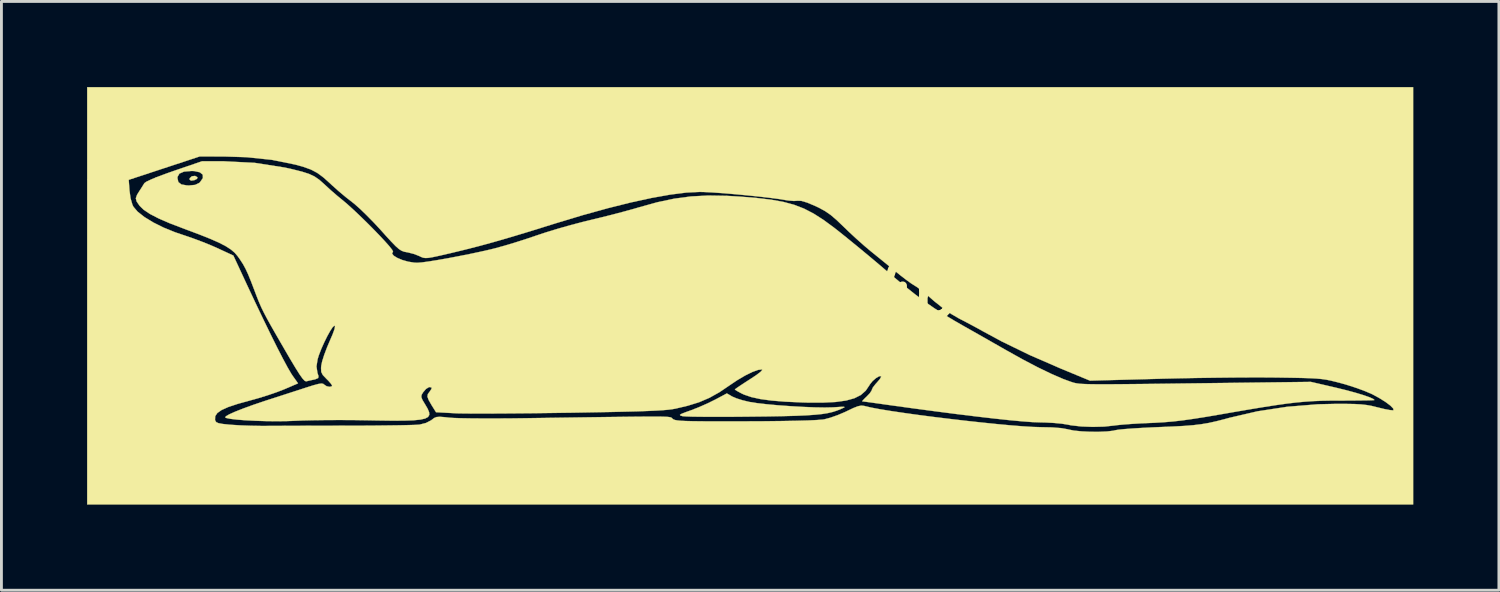
<source format=kicad_pcb>
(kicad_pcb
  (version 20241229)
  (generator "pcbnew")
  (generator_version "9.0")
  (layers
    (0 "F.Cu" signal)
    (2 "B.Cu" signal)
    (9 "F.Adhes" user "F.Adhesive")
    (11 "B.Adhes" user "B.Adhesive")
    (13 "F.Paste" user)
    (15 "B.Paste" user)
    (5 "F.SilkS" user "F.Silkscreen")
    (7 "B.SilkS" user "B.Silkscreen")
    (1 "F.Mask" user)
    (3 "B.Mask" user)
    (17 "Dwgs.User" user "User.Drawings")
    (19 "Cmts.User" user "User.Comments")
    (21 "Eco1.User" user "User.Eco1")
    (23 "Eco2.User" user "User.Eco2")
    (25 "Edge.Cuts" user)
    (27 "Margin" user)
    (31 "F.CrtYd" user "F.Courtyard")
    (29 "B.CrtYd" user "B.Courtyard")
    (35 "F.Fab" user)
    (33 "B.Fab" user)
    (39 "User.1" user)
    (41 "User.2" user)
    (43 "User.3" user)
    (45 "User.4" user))
  (footprint "otter_laying_4614"
    (layer "F.Cu")
    (at 23.204 7.286)
    (property "Reference" "otter_laying_4614" (at 0 0 0) (layer "F.SilkS") (effects (font (size 1.524 1.524) (thickness 0.3))))
    (attr through_hole)
    (fp_poly (pts (xy -19.336 -4.127) (xy -19.336 -4.126) (xy -19.352 -4.07) (xy -19.444 -4.024) (xy -19.561 -4.008) (xy -19.613 -4.046) (xy -19.607 -4.092) (xy -19.532 -4.16) (xy -19.421 -4.174) (xy -19.336 -4.127)) (stroke (width 0.01) (type solid)) (fill yes) (layer "F.SilkS"))
    (fp_poly (pts (xy -0.606 3.554) (xy -0.459 3.618) (xy -0.245 3.686) (xy -0.01 3.743) (xy 0 3.745) (xy 0.259 3.786) (xy 0.604 3.826) (xy 1.006 3.863) (xy 1.438 3.894) (xy 1.872 3.919) (xy 2.282 3.936) (xy 2.64 3.942) (xy 2.918 3.936) (xy 2.957 3.934) (xy 3.18 3.919) (xy 3.303 3.915) (xy 3.339 3.925) (xy 3.3 3.951) (xy 3.217 3.988) (xy 3.074 4.047) (xy 2.922 4.096) (xy 2.752 4.136) (xy 2.55 4.169) (xy 2.305 4.194) (xy 2.006 4.215) (xy 1.641 4.231) (xy 1.197 4.243) (xy 0.664 4.253) (xy 0.056 4.26) (xy -0.441 4.265) (xy -0.908 4.267) (xy -1.332 4.267) (xy -1.7 4.265) (xy -1.997 4.261) (xy -2.212 4.254) (xy -2.33 4.246) (xy -2.342 4.244) (xy -2.417 4.222) (xy -2.432 4.197) (xy -2.374 4.161) (xy -2.232 4.105) (xy -2.06 4.044) (xy -1.777 3.934) (xy -1.468 3.798) (xy -1.2 3.666) (xy -1.199 3.666) (xy -0.789 3.447) (xy -0.606 3.554)) (stroke (width 0.01) (type solid)) (fill yes) (layer "F.SilkS"))
    (fp_poly (pts (xy 23.255 7.338) (xy -23.199 7.338) (xy -23.199 -4.036) (xy -21.744 -4.036) (xy -21.717 -3.659) (xy -21.68 -3.389) (xy -21.615 -3.165) (xy -21.581 -3.095) (xy -21.433 -2.92) (xy -21.194 -2.732) (xy -20.883 -2.542) (xy -20.517 -2.36) (xy -20.117 -2.198) (xy -19.883 -2.119) (xy -19.549 -2.006) (xy -19.183 -1.87) (xy -18.837 -1.73) (xy -18.649 -1.647) (xy -18.078 -1.383) (xy -17.606 -0.367) (xy -17.309 0.265) (xy -17.03 0.849) (xy -16.774 1.376) (xy -16.544 1.839) (xy -16.344 2.227) (xy -16.179 2.534) (xy -16.053 2.751) (xy -16 2.831) (xy -15.812 3.094) (xy -16.293 3.301) (xy -16.546 3.399) (xy -16.865 3.509) (xy -17.208 3.615) (xy -17.488 3.693) (xy -17.923 3.813) (xy -18.254 3.923) (xy -18.491 4.029) (xy -18.641 4.135) (xy -18.715 4.247) (xy -18.72 4.37) (xy -18.71 4.406) (xy -18.677 4.454) (xy -18.598 4.49) (xy -18.453 4.517) (xy -18.223 4.541) (xy -18.131 4.548) (xy -17.822 4.567) (xy -17.461 4.58) (xy -17.105 4.586) (xy -16.962 4.586) (xy -16.764 4.585) (xy -16.47 4.584) (xy -16.097 4.582) (xy -15.662 4.581) (xy -15.18 4.58) (xy -14.669 4.579) (xy -14.146 4.578) (xy -14.083 4.578) (xy -13.577 4.577) (xy -13.098 4.574) (xy -12.658 4.569) (xy -12.271 4.564) (xy -11.952 4.557) (xy -11.715 4.55) (xy -11.574 4.542) (xy -11.555 4.54) (xy -11.331 4.483) (xy -11.147 4.388) (xy -11.129 4.374) (xy -11.044 4.309) (xy -10.961 4.275) (xy -10.848 4.266) (xy -10.673 4.279) (xy -10.525 4.296) (xy -10.363 4.307) (xy -10.104 4.316) (xy -9.763 4.322) (xy -9.357 4.325) (xy -8.899 4.325) (xy -8.408 4.323) (xy -7.93 4.317) (xy -7.052 4.304) (xy -6.279 4.293) (xy -5.605 4.283) (xy -5.023 4.275) (xy -4.527 4.269) (xy -4.109 4.264) (xy -3.762 4.261) (xy -3.48 4.259) (xy -3.255 4.259) (xy -3.081 4.261) (xy -2.951 4.265) (xy -2.858 4.27) (xy -2.794 4.278) (xy -2.754 4.287) (xy -2.729 4.298) (xy -2.714 4.311) (xy -2.701 4.325) (xy -2.689 4.337) (xy -2.655 4.36) (xy -2.601 4.379) (xy -2.518 4.394) (xy -2.394 4.406) (xy -2.221 4.414) (xy -1.987 4.42) (xy -1.683 4.424) (xy -1.297 4.426) (xy -0.821 4.426) (xy -0.244 4.425) (xy -0.149 4.425) (xy 0.528 4.422) (xy 1.122 4.415) (xy 1.628 4.406) (xy 2.041 4.395) (xy 2.354 4.38) (xy 2.562 4.364) (xy 2.625 4.355) (xy 2.839 4.298) (xy 3.102 4.205) (xy 3.365 4.093) (xy 3.42 4.066) (xy 3.647 3.958) (xy 3.804 3.897) (xy 3.919 3.874) (xy 4.02 3.884) (xy 4.07 3.897) (xy 4.277 3.945) (xy 4.581 4.002) (xy 4.968 4.065) (xy 5.42 4.132) (xy 5.923 4.202) (xy 6.461 4.272) (xy 7.02 4.34) (xy 7.583 4.406) (xy 8.135 4.466) (xy 8.66 4.52) (xy 9.144 4.565) (xy 9.571 4.599) (xy 9.926 4.621) (xy 10.188 4.629) (xy 10.599 4.638) (xy 10.924 4.663) (xy 11.15 4.703) (xy 11.176 4.71) (xy 11.367 4.749) (xy 11.632 4.776) (xy 11.937 4.791) (xy 12.248 4.792) (xy 12.53 4.78) (xy 12.749 4.754) (xy 12.813 4.738) (xy 12.925 4.719) (xy 13.13 4.698) (xy 13.412 4.677) (xy 13.75 4.656) (xy 14.128 4.637) (xy 14.365 4.627) (xy 14.843 4.607) (xy 15.231 4.586) (xy 15.554 4.56) (xy 15.834 4.526) (xy 16.095 4.482) (xy 16.36 4.423) (xy 16.653 4.348) (xy 16.82 4.302) (xy 17.802 4.074) (xy 18.844 3.915) (xy 19.914 3.828) (xy 20.518 3.814) (xy 20.902 3.814) (xy 21.198 3.819) (xy 21.431 3.832) (xy 21.627 3.854) (xy 21.81 3.887) (xy 22.004 3.935) (xy 22.032 3.942) (xy 22.255 3.996) (xy 22.436 4.03) (xy 22.547 4.04) (xy 22.568 4.035) (xy 22.557 3.975) (xy 22.462 3.877) (xy 22.3 3.755) (xy 22.089 3.621) (xy 21.846 3.488) (xy 21.81 3.47) (xy 21.583 3.372) (xy 21.288 3.262) (xy 20.968 3.158) (xy 20.733 3.09) (xy 20.536 3.039) (xy 20.368 2.998) (xy 20.21 2.966) (xy 20.046 2.943) (xy 19.858 2.926) (xy 19.629 2.914) (xy 19.342 2.905) (xy 18.978 2.898) (xy 18.521 2.891) (xy 18.457 2.89) (xy 18.03 2.887) (xy 17.515 2.887) (xy 16.934 2.89) (xy 16.313 2.897) (xy 15.674 2.906) (xy 15.043 2.918) (xy 14.442 2.932) (xy 14.392 2.934) (xy 11.934 3) (xy 10.914 2.578) (xy 9.822 2.103) (xy 8.84 1.625) (xy 8.196 1.277) (xy 7.927 1.128) (xy 7.627 0.968) (xy 7.359 0.829) (xy 7.342 0.82) (xy 7.08 0.668) (xy 6.783 0.46) (xy 6.49 0.227) (xy 6.433 0.178) (xy 6.222 -0.004) (xy 6.024 -0.164) (xy 5.865 -0.283) (xy 5.78 -0.337) (xy 5.667 -0.408) (xy 5.495 -0.532) (xy 5.292 -0.689) (xy 5.165 -0.792) (xy 4.905 -1.005) (xy 4.61 -1.245) (xy 4.334 -1.469) (xy 4.262 -1.527) (xy 4.03 -1.722) (xy 3.758 -1.963) (xy 3.484 -2.217) (xy 3.302 -2.393) (xy 3.055 -2.629) (xy 2.852 -2.803) (xy 2.66 -2.936) (xy 2.45 -3.052) (xy 2.318 -3.115) (xy 2.026 -3.238) (xy 1.819 -3.299) (xy 1.697 -3.303) (xy 1.56 -3.295) (xy 1.366 -3.311) (xy 1.242 -3.33) (xy 1.008 -3.368) (xy 0.687 -3.409) (xy 0.306 -3.453) (xy -0.109 -3.495) (xy -0.533 -3.535) (xy -0.94 -3.569) (xy -1.304 -3.594) (xy -1.599 -3.609) (xy -1.741 -3.612) (xy -2.209 -3.589) (xy -2.771 -3.518) (xy -3.422 -3.402) (xy -4.154 -3.243) (xy -4.961 -3.041) (xy -5.836 -2.799) (xy -6.771 -2.517) (xy -6.957 -2.459) (xy -7.682 -2.233) (xy -8.324 -2.039) (xy -8.904 -1.871) (xy -9.444 -1.722) (xy -9.968 -1.588) (xy -10.497 -1.46) (xy -10.547 -1.449) (xy -10.862 -1.376) (xy -11.087 -1.328) (xy -11.244 -1.301) (xy -11.353 -1.296) (xy -11.434 -1.308) (xy -11.509 -1.338) (xy -11.556 -1.362) (xy -11.746 -1.437) (xy -11.962 -1.493) (xy -12.004 -1.5) (xy -12.1 -1.519) (xy -12.187 -1.553) (xy -12.28 -1.613) (xy -12.393 -1.713) (xy -12.541 -1.865) (xy -12.74 -2.082) (xy -12.901 -2.262) (xy -13.146 -2.527) (xy -13.398 -2.784) (xy -13.633 -3.012) (xy -13.831 -3.188) (xy -13.918 -3.257) (xy -14.141 -3.431) (xy -14.395 -3.644) (xy -14.63 -3.854) (xy -14.663 -3.886) (xy -14.916 -4.114) (xy -15.138 -4.278) (xy -15.366 -4.398) (xy -15.639 -4.496) (xy -15.91 -4.57) (xy -16.73 -4.736) (xy -17.617 -4.829) (xy -18.392 -4.853) (xy -19.259 -4.854) (xy -20.502 -4.445) (xy -21.744 -4.036) (xy -23.199 -4.036) (xy -23.199 -7.281) (xy 23.255 -7.281) (xy 23.255 7.338)) (stroke (width 0.01) (type solid)) (fill yes) (layer "F.SilkS"))
    (fp_poly (pts (xy -17.332 -4.631) (xy -16.277 -4.466) (xy -15.99 -4.402) (xy -15.666 -4.32) (xy -15.424 -4.242) (xy -15.234 -4.152) (xy -15.067 -4.037) (xy -14.893 -3.883) (xy -14.873 -3.864) (xy -14.667 -3.674) (xy -14.432 -3.471) (xy -14.28 -3.347) (xy -14.105 -3.201) (xy -13.895 -3.011) (xy -13.662 -2.792) (xy -13.419 -2.556) (xy -13.18 -2.316) (xy -12.957 -2.086) (xy -12.763 -1.878) (xy -12.611 -1.706) (xy -12.513 -1.582) (xy -12.483 -1.52) (xy -12.486 -1.517) (xy -12.519 -1.455) (xy -12.462 -1.379) (xy -12.336 -1.301) (xy -12.16 -1.227) (xy -11.956 -1.169) (xy -11.744 -1.135) (xy -11.631 -1.13) (xy -11.477 -1.142) (xy -11.234 -1.175) (xy -10.923 -1.225) (xy -10.564 -1.288) (xy -10.181 -1.361) (xy -9.792 -1.438) (xy -9.421 -1.517) (xy -9.086 -1.593) (xy -8.932 -1.631) (xy -8.619 -1.717) (xy -8.244 -1.828) (xy -7.853 -1.952) (xy -7.489 -2.075) (xy -7.447 -2.089) (xy -7.106 -2.202) (xy -6.694 -2.327) (xy -6.253 -2.452) (xy -5.822 -2.565) (xy -5.588 -2.622) (xy -5.2 -2.716) (xy -4.793 -2.818) (xy -4.404 -2.921) (xy -4.065 -3.014) (xy -3.881 -3.068) (xy -3.23 -3.249) (xy -2.63 -3.376) (xy -2.046 -3.454) (xy -1.444 -3.486) (xy -0.79 -3.475) (xy -0.339 -3.449) (xy 0.257 -3.4) (xy 0.759 -3.34) (xy 1.19 -3.263) (xy 1.569 -3.161) (xy 1.916 -3.027) (xy 2.253 -2.852) (xy 2.599 -2.631) (xy 2.975 -2.354) (xy 3.237 -2.147) (xy 3.544 -1.899) (xy 3.87 -1.632) (xy 4.184 -1.372) (xy 4.456 -1.144) (xy 4.563 -1.053) (xy 5.039 -0.647) (xy 5.451 -0.306) (xy 5.817 -0.016) (xy 6.155 0.237) (xy 6.483 0.465) (xy 6.82 0.682) (xy 7.184 0.901) (xy 7.535 1.102) (xy 7.838 1.273) (xy 8.199 1.478) (xy 8.578 1.694) (xy 8.936 1.898) (xy 9.031 1.952) (xy 9.589 2.263) (xy 10.111 2.536) (xy 10.582 2.763) (xy 10.987 2.939) (xy 11.232 3.029) (xy 11.294 3.05) (xy 11.35 3.068) (xy 11.409 3.083) (xy 11.478 3.096) (xy 11.566 3.107) (xy 11.68 3.115) (xy 11.827 3.121) (xy 12.015 3.125) (xy 12.252 3.127) (xy 12.545 3.127) (xy 12.902 3.125) (xy 13.332 3.121) (xy 13.841 3.116) (xy 14.437 3.109) (xy 15.127 3.1) (xy 15.921 3.09) (xy 16.228 3.086) (xy 19.671 3.043) (xy 20.541 3.244) (xy 20.908 3.334) (xy 21.24 3.424) (xy 21.52 3.509) (xy 21.734 3.584) (xy 21.865 3.645) (xy 21.9 3.68) (xy 21.847 3.685) (xy 21.697 3.69) (xy 21.467 3.693) (xy 21.174 3.696) (xy 20.835 3.698) (xy 20.729 3.698) (xy 20.378 3.699) (xy 20.06 3.705) (xy 19.761 3.717) (xy 19.465 3.737) (xy 19.158 3.765) (xy 18.823 3.805) (xy 18.447 3.858) (xy 18.014 3.925) (xy 17.508 4.009) (xy 16.916 4.11) (xy 16.538 4.176) (xy 16.007 4.267) (xy 15.563 4.337) (xy 15.183 4.391) (xy 14.844 4.43) (xy 14.523 4.457) (xy 14.198 4.476) (xy 14.055 4.482) (xy 13.711 4.497) (xy 13.379 4.517) (xy 13.087 4.539) (xy 12.864 4.561) (xy 12.785 4.572) (xy 12.431 4.61) (xy 12.029 4.62) (xy 11.625 4.605) (xy 11.267 4.564) (xy 11.148 4.54) (xy 10.947 4.508) (xy 10.675 4.482) (xy 10.371 4.466) (xy 10.16 4.461) (xy 9.907 4.452) (xy 9.551 4.425) (xy 9.099 4.383) (xy 8.559 4.325) (xy 7.938 4.253) (xy 7.245 4.168) (xy 6.487 4.07) (xy 5.672 3.961) (xy 4.807 3.842) (xy 4.788 3.839) (xy 4.499 3.798) (xy 4.253 3.764) (xy 4.068 3.739) (xy 3.967 3.727) (xy 3.954 3.725) (xy 3.974 3.692) (xy 4.056 3.608) (xy 4.108 3.559) (xy 4.22 3.442) (xy 4.284 3.345) (xy 4.29 3.322) (xy 4.326 3.241) (xy 4.419 3.121) (xy 4.469 3.066) (xy 4.569 2.949) (xy 4.617 2.866) (xy 4.615 2.847) (xy 4.545 2.847) (xy 4.436 2.911) (xy 4.317 3.014) (xy 4.221 3.133) (xy 4.204 3.163) (xy 4.077 3.351) (xy 3.906 3.502) (xy 3.68 3.616) (xy 3.388 3.697) (xy 3.02 3.748) (xy 2.565 3.77) (xy 2.013 3.768) (xy 1.838 3.763) (xy 1.258 3.737) (xy 0.777 3.698) (xy 0.385 3.645) (xy 0.067 3.575) (xy -0.188 3.488) (xy -0.277 3.446) (xy -0.414 3.372) (xy -0.497 3.32) (xy -0.508 3.308) (xy -0.463 3.272) (xy -0.342 3.189) (xy -0.165 3.072) (xy 0.014 2.957) (xy 0.241 2.807) (xy 0.39 2.694) (xy 0.452 2.626) (xy 0.442 2.608) (xy 0.306 2.623) (xy 0.102 2.697) (xy -0.149 2.821) (xy -0.425 2.984) (xy -0.666 3.146) (xy -1.047 3.404) (xy -1.401 3.602) (xy -1.762 3.756) (xy -2.167 3.881) (xy -2.596 3.982) (xy -2.71 4.002) (xy -2.856 4.02) (xy -3.043 4.036) (xy -3.28 4.05) (xy -3.575 4.063) (xy -3.939 4.076) (xy -4.378 4.087) (xy -4.903 4.099) (xy -5.521 4.11) (xy -6.243 4.123) (xy -6.35 4.124) (xy -6.976 4.133) (xy -7.586 4.141) (xy -8.167 4.146) (xy -8.708 4.15) (xy -9.195 4.152) (xy -9.616 4.152) (xy -9.959 4.15) (xy -10.211 4.146) (xy -10.329 4.141) (xy -10.978 4.106) (xy -11.134 3.856) (xy -11.237 3.677) (xy -11.28 3.558) (xy -11.264 3.469) (xy -11.195 3.377) (xy -11.136 3.286) (xy -11.136 3.238) (xy -11.22 3.224) (xy -11.331 3.292) (xy -11.434 3.413) (xy -11.484 3.5) (xy -11.493 3.575) (xy -11.455 3.673) (xy -11.362 3.829) (xy -11.353 3.843) (xy -11.27 3.986) (xy -11.221 4.104) (xy -11.213 4.198) (xy -11.257 4.272) (xy -11.358 4.327) (xy -11.526 4.365) (xy -11.769 4.389) (xy -12.095 4.4) (xy -12.512 4.402) (xy -13.029 4.395) (xy -13.406 4.388) (xy -13.877 4.381) (xy -14.367 4.379) (xy -14.846 4.381) (xy -15.289 4.387) (xy -15.666 4.396) (xy -15.889 4.405) (xy -16.222 4.418) (xy -16.585 4.421) (xy -16.958 4.417) (xy -17.323 4.405) (xy -17.662 4.388) (xy -17.954 4.365) (xy -18.182 4.338) (xy -18.326 4.308) (xy -18.363 4.29) (xy -18.34 4.248) (xy -18.219 4.179) (xy -18.012 4.086) (xy -17.73 3.975) (xy -17.383 3.849) (xy -16.984 3.714) (xy -16.849 3.67) (xy -16.509 3.561) (xy -16.143 3.442) (xy -15.796 3.33) (xy -15.539 3.246) (xy -15.277 3.163) (xy -15.101 3.116) (xy -14.991 3.1) (xy -14.927 3.113) (xy -14.897 3.138) (xy -14.811 3.195) (xy -14.707 3.217) (xy -14.631 3.199) (xy -14.619 3.172) (xy -14.657 3.11) (xy -14.752 3.001) (xy -14.822 2.932) (xy -14.944 2.803) (xy -14.999 2.695) (xy -15.006 2.559) (xy -15 2.482) (xy -14.967 2.324) (xy -14.896 2.098) (xy -14.798 1.839) (xy -14.718 1.65) (xy -14.6 1.376) (xy -14.534 1.193) (xy -14.517 1.095) (xy -14.537 1.072) (xy -14.595 1.121) (xy -14.682 1.251) (xy -14.787 1.439) (xy -14.896 1.66) (xy -14.999 1.891) (xy -15.083 2.108) (xy -15.127 2.251) (xy -15.166 2.501) (xy -15.132 2.731) (xy -15.095 2.84) (xy -15.106 2.908) (xy -15.213 2.954) (xy -15.25 2.962) (xy -15.408 2.996) (xy -15.527 3.025) (xy -15.528 3.025) (xy -15.577 3.007) (xy -15.653 2.927) (xy -15.761 2.775) (xy -15.907 2.543) (xy -16.098 2.224) (xy -16.184 2.076) (xy -16.434 1.645) (xy -16.635 1.296) (xy -16.794 1.016) (xy -16.919 0.789) (xy -17.017 0.601) (xy -17.097 0.437) (xy -17.166 0.281) (xy -17.231 0.121) (xy -17.301 -0.061) (xy -17.329 -0.136) (xy -17.457 -0.471) (xy -17.56 -0.724) (xy -17.651 -0.92) (xy -17.741 -1.085) (xy -17.844 -1.243) (xy -17.927 -1.36) (xy -18.031 -1.482) (xy -18.167 -1.597) (xy -18.347 -1.713) (xy -18.585 -1.836) (xy -18.892 -1.971) (xy -19.281 -2.126) (xy -19.765 -2.307) (xy -19.801 -2.321) (xy -20.3 -2.511) (xy -20.696 -2.683) (xy -21 -2.84) (xy -21.22 -2.987) (xy -21.365 -3.128) (xy -21.369 -3.135) (xy -21.468 -3.279) (xy -21.496 -3.39) (xy -21.453 -3.511) (xy -21.378 -3.631) (xy -21.282 -3.78) (xy -21.206 -3.902) (xy -21.195 -3.92) (xy -21.122 -3.972) (xy -20.954 -4.051) (xy -20.83 -4.102) (xy -20.038 -4.102) (xy -20.006 -3.958) (xy -19.899 -3.874) (xy -19.705 -3.84) (xy -19.631 -3.838) (xy -19.417 -3.859) (xy -19.275 -3.927) (xy -19.248 -3.951) (xy -19.146 -4.097) (xy -19.15 -4.216) (xy -19.253 -4.3) (xy -19.45 -4.343) (xy -19.545 -4.346) (xy -19.806 -4.324) (xy -19.968 -4.255) (xy -20.035 -4.138) (xy -20.038 -4.102) (xy -20.83 -4.102) (xy -20.706 -4.152) (xy -20.391 -4.269) (xy -20.159 -4.35) (xy -19.18 -4.685) (xy -18.395 -4.685) (xy -17.332 -4.631)) (stroke (width 0.01) (type solid)) (fill yes) (layer "F.SilkS")))
  (gr_rect
    (start -3 -3)
    (end 49.464 17.629)
    (stroke (width 0.1) (type default))
    (fill no)
    (layer "Edge.Cuts")))
</source>
